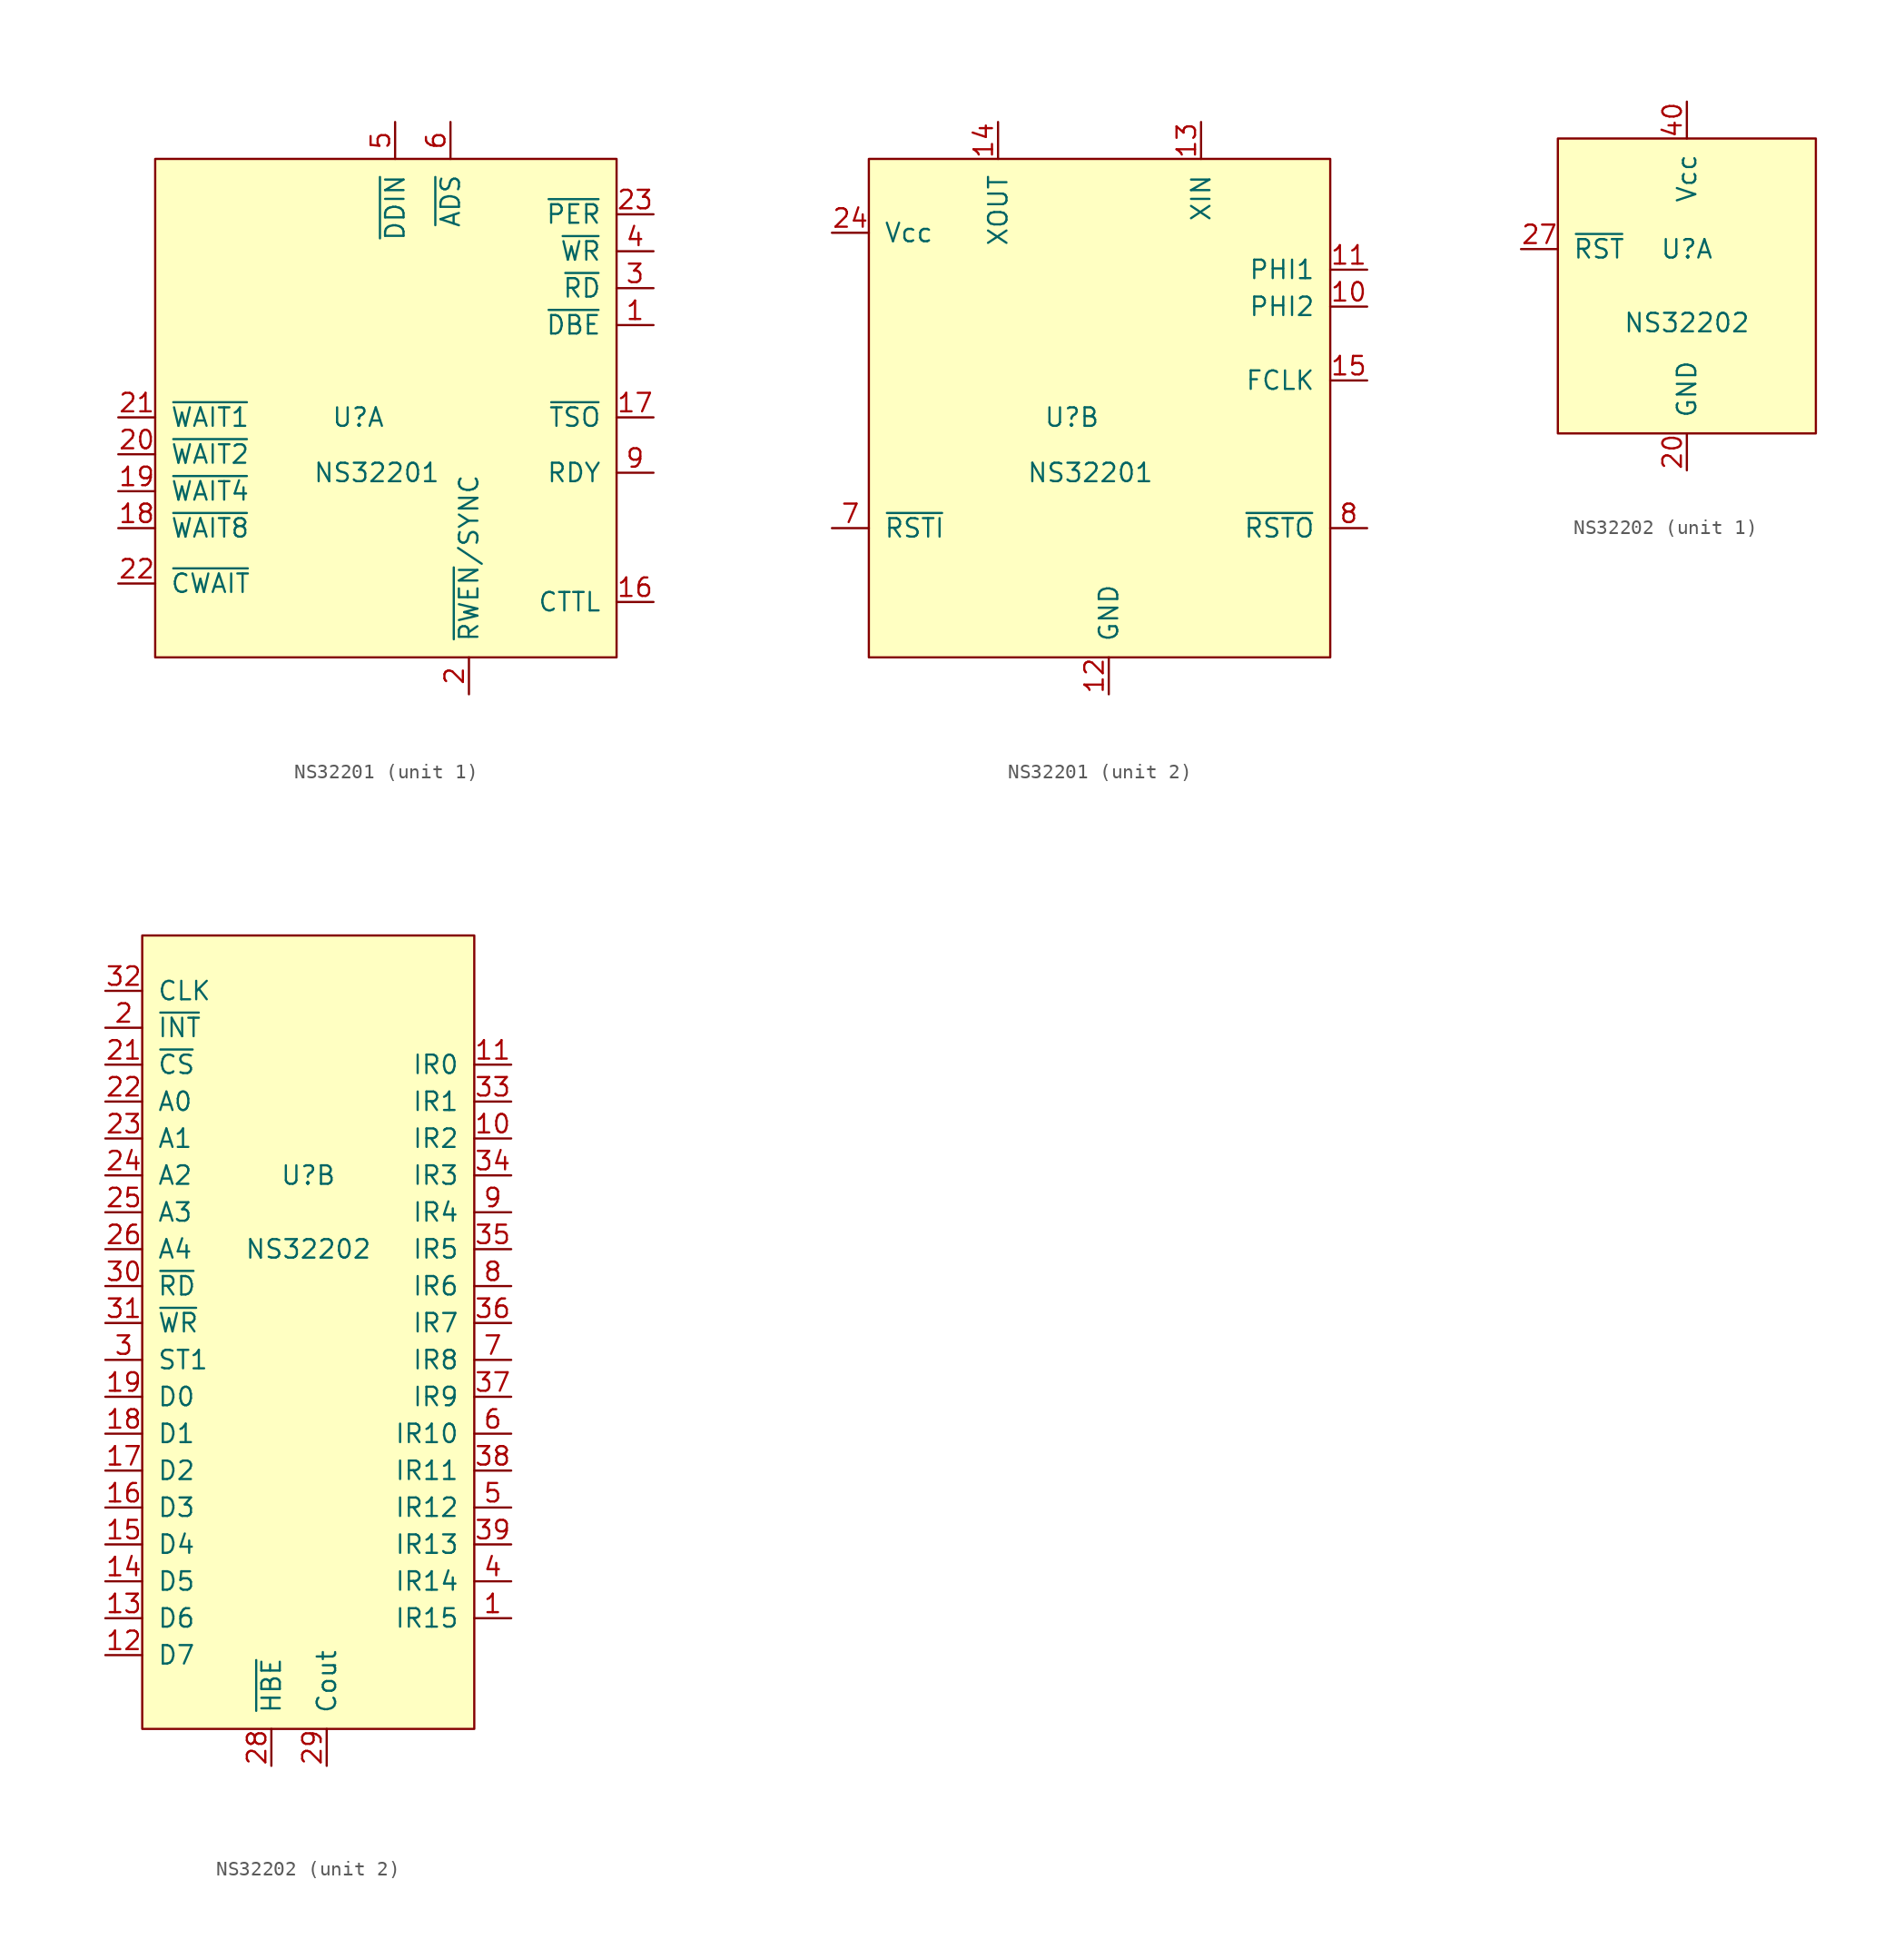
<source format=kicad_sym>
(kicad_symbol_lib
  (version 20231120)
  (generator "kicad_symbol_editor")
  (generator_version "8.0")
  (symbol "NS32201"
    (pin_names
      (offset 1.016))
    (property "Reference" "U"
      (at 0 1.27 0)
      (effects (font (size 1.27 1.27))))
    (property "Value" "NS32201"
      (at 1.27 -2.54 0)
      (effects (font (size 1.27 1.27))))
    (symbol "NS32201_1_1"
      (rectangle (start -13.97 19.05) (end 17.78 -15.24) (stroke (width 0) (type solid)) (fill (type background)))
      (pin output line (at 20.32 7.62 180) (length 2.54) (name "~{DBE}" (effects (font (size 1.27 1.27)))) (number "1" (effects (font (size 1.27 1.27)))))
      (pin output line (at 20.32 -11.43 180) (length 2.54) (name "CTTL" (effects (font (size 1.27 1.27)))) (number "16" (effects (font (size 1.27 1.27)))))
      (pin output line (at 20.32 1.27 180) (length 2.54) (name "~{TSO}" (effects (font (size 1.27 1.27)))) (number "17" (effects (font (size 1.27 1.27)))))
      (pin input line (at -16.51 -6.35 0) (length 2.54) (name "~{WAIT8}" (effects (font (size 1.27 1.27)))) (number "18" (effects (font (size 1.27 1.27)))))
      (pin input line (at -16.51 -3.81 0) (length 2.54) (name "~{WAIT4}" (effects (font (size 1.27 1.27)))) (number "19" (effects (font (size 1.27 1.27)))))
      (pin input line (at 7.62 -17.78 90) (length 2.54) (name "~{RWEN}/SYNC" (effects (font (size 1.27 1.27)))) (number "2" (effects (font (size 1.27 1.27)))))
      (pin input line (at -16.51 -1.27 0) (length 2.54) (name "~{WAIT2}" (effects (font (size 1.27 1.27)))) (number "20" (effects (font (size 1.27 1.27)))))
      (pin input line (at -16.51 1.27 0) (length 2.54) (name "~{WAIT1}" (effects (font (size 1.27 1.27)))) (number "21" (effects (font (size 1.27 1.27)))))
      (pin input line (at -16.51 -10.16 0) (length 2.54) (name "~{CWAIT}" (effects (font (size 1.27 1.27)))) (number "22" (effects (font (size 1.27 1.27)))))
      (pin input line (at 20.32 15.24 180) (length 2.54) (name "~{PER}" (effects (font (size 1.27 1.27)))) (number "23" (effects (font (size 1.27 1.27)))))
      (pin output line (at 20.32 10.16 180) (length 2.54) (name "~{RD}" (effects (font (size 1.27 1.27)))) (number "3" (effects (font (size 1.27 1.27)))))
      (pin output line (at 20.32 12.7 180) (length 2.54) (name "~{WR}" (effects (font (size 1.27 1.27)))) (number "4" (effects (font (size 1.27 1.27)))))
      (pin input line (at 2.54 21.59 270) (length 2.54) (name "~{DDIN}" (effects (font (size 1.27 1.27)))) (number "5" (effects (font (size 1.27 1.27)))))
      (pin input line (at 6.35 21.59 270) (length 2.54) (name "~{ADS}" (effects (font (size 1.27 1.27)))) (number "6" (effects (font (size 1.27 1.27)))))
      (pin output line (at 20.32 -2.54 180) (length 2.54) (name "RDY" (effects (font (size 1.27 1.27)))) (number "9" (effects (font (size 1.27 1.27))))))
    (symbol "NS32201_2_1"
      (rectangle (start -13.97 19.05) (end 17.78 -15.24) (stroke (width 0) (type solid)) (fill (type background)))
      (pin output line (at 20.32 8.89 180) (length 2.54) (name "PHI2" (effects (font (size 1.27 1.27)))) (number "10" (effects (font (size 1.27 1.27)))))
      (pin output line (at 20.32 11.43 180) (length 2.54) (name "PHI1" (effects (font (size 1.27 1.27)))) (number "11" (effects (font (size 1.27 1.27)))))
      (pin power_in line (at 2.54 -17.78 90) (length 2.54) (name "GND" (effects (font (size 1.27 1.27)))) (number "12" (effects (font (size 1.27 1.27)))))
      (pin input line (at 8.89 21.59 270) (length 2.54) (name "XIN" (effects (font (size 1.27 1.27)))) (number "13" (effects (font (size 1.27 1.27)))))
      (pin output line (at -5.08 21.59 270) (length 2.54) (name "XOUT" (effects (font (size 1.27 1.27)))) (number "14" (effects (font (size 1.27 1.27)))))
      (pin output line (at 20.32 3.81 180) (length 2.54) (name "FCLK" (effects (font (size 1.27 1.27)))) (number "15" (effects (font (size 1.27 1.27)))))
      (pin power_in line (at -16.51 13.97 0) (length 2.54) (name "Vcc" (effects (font (size 1.27 1.27)))) (number "24" (effects (font (size 1.27 1.27)))))
      (pin input line (at -16.51 -6.35 0) (length 2.54) (name "~{RSTI}" (effects (font (size 1.27 1.27)))) (number "7" (effects (font (size 1.27 1.27)))))
      (pin output line (at 20.32 -6.35 180) (length 2.54) (name "~{RSTO}" (effects (font (size 1.27 1.27)))) (number "8" (effects (font (size 1.27 1.27)))))))
  (symbol "NS32202"
    (pin_names
      (offset 1.016))
    (property "Reference" "U"
      (at 0 2.54 0)
      (effects (font (size 1.27 1.27))))
    (property "Value" "NS32202"
      (at 0 -2.54 0)
      (effects (font (size 1.27 1.27))))
    (property "ki_locked" ""
      (at 0 0 0)
      (effects (font (size 1.27 1.27))))
    (symbol "NS32202_1_1"
      (rectangle (start -8.89 10.16) (end 8.89 -10.16) (stroke (width 0) (type solid)) (fill (type background)))
      (pin power_in line (at 0 -12.7 90) (length 2.54) (name "GND" (effects (font (size 1.27 1.27)))) (number "20" (effects (font (size 1.27 1.27)))))
      (pin input line (at -11.43 2.54 0) (length 2.54) (name "~{RST}" (effects (font (size 1.27 1.27)))) (number "27" (effects (font (size 1.27 1.27)))))
      (pin power_in line (at 0 12.7 270) (length 2.54) (name "Vcc" (effects (font (size 1.27 1.27)))) (number "40" (effects (font (size 1.27 1.27))))))
    (symbol "NS32202_2_1"
      (rectangle (start -11.43 19.05) (end 11.43 -35.56) (stroke (width 0) (type solid)) (fill (type background)))
      (pin input line (at 13.97 -27.94 180) (length 2.54) (name "IR15" (effects (font (size 1.27 1.27)))) (number "1" (effects (font (size 1.27 1.27)))))
      (pin input line (at 13.97 5.08 180) (length 2.54) (name "IR2" (effects (font (size 1.27 1.27)))) (number "10" (effects (font (size 1.27 1.27)))))
      (pin input line (at 13.97 10.16 180) (length 2.54) (name "IR0" (effects (font (size 1.27 1.27)))) (number "11" (effects (font (size 1.27 1.27)))))
      (pin bidirectional line (at -13.97 -30.48 0) (length 2.54) (name "D7" (effects (font (size 1.27 1.27)))) (number "12" (effects (font (size 1.27 1.27)))))
      (pin bidirectional line (at -13.97 -27.94 0) (length 2.54) (name "D6" (effects (font (size 1.27 1.27)))) (number "13" (effects (font (size 1.27 1.27)))))
      (pin bidirectional line (at -13.97 -25.4 0) (length 2.54) (name "D5" (effects (font (size 1.27 1.27)))) (number "14" (effects (font (size 1.27 1.27)))))
      (pin bidirectional line (at -13.97 -22.86 0) (length 2.54) (name "D4" (effects (font (size 1.27 1.27)))) (number "15" (effects (font (size 1.27 1.27)))))
      (pin bidirectional line (at -13.97 -20.32 0) (length 2.54) (name "D3" (effects (font (size 1.27 1.27)))) (number "16" (effects (font (size 1.27 1.27)))))
      (pin bidirectional line (at -13.97 -17.78 0) (length 2.54) (name "D2" (effects (font (size 1.27 1.27)))) (number "17" (effects (font (size 1.27 1.27)))))
      (pin bidirectional line (at -13.97 -15.24 0) (length 2.54) (name "D1" (effects (font (size 1.27 1.27)))) (number "18" (effects (font (size 1.27 1.27)))))
      (pin bidirectional line (at -13.97 -12.7 0) (length 2.54) (name "D0" (effects (font (size 1.27 1.27)))) (number "19" (effects (font (size 1.27 1.27)))))
      (pin output line (at -13.97 12.7 0) (length 2.54) (name "~{INT}" (effects (font (size 1.27 1.27)))) (number "2" (effects (font (size 1.27 1.27)))))
      (pin input line (at -13.97 10.16 0) (length 2.54) (name "~{CS}" (effects (font (size 1.27 1.27)))) (number "21" (effects (font (size 1.27 1.27)))))
      (pin input line (at -13.97 7.62 0) (length 2.54) (name "A0" (effects (font (size 1.27 1.27)))) (number "22" (effects (font (size 1.27 1.27)))))
      (pin input line (at -13.97 5.08 0) (length 2.54) (name "A1" (effects (font (size 1.27 1.27)))) (number "23" (effects (font (size 1.27 1.27)))))
      (pin input line (at -13.97 2.54 0) (length 2.54) (name "A2" (effects (font (size 1.27 1.27)))) (number "24" (effects (font (size 1.27 1.27)))))
      (pin input line (at -13.97 0 0) (length 2.54) (name "A3" (effects (font (size 1.27 1.27)))) (number "25" (effects (font (size 1.27 1.27)))))
      (pin input line (at -13.97 -2.54 0) (length 2.54) (name "A4" (effects (font (size 1.27 1.27)))) (number "26" (effects (font (size 1.27 1.27)))))
      (pin input line (at -2.54 -38.1 90) (length 2.54) (name "~{HBE}" (effects (font (size 1.27 1.27)))) (number "28" (effects (font (size 1.27 1.27)))))
      (pin output line (at 1.27 -38.1 90) (length 2.54) (name "Cout" (effects (font (size 1.27 1.27)))) (number "29" (effects (font (size 1.27 1.27)))))
      (pin input line (at -13.97 -10.16 0) (length 2.54) (name "ST1" (effects (font (size 1.27 1.27)))) (number "3" (effects (font (size 1.27 1.27)))))
      (pin input line (at -13.97 -5.08 0) (length 2.54) (name "~{RD}" (effects (font (size 1.27 1.27)))) (number "30" (effects (font (size 1.27 1.27)))))
      (pin input line (at -13.97 -7.62 0) (length 2.54) (name "~{WR}" (effects (font (size 1.27 1.27)))) (number "31" (effects (font (size 1.27 1.27)))))
      (pin input line (at -13.97 15.24 0) (length 2.54) (name "CLK" (effects (font (size 1.27 1.27)))) (number "32" (effects (font (size 1.27 1.27)))))
      (pin input line (at 13.97 7.62 180) (length 2.54) (name "IR1" (effects (font (size 1.27 1.27)))) (number "33" (effects (font (size 1.27 1.27)))))
      (pin input line (at 13.97 2.54 180) (length 2.54) (name "IR3" (effects (font (size 1.27 1.27)))) (number "34" (effects (font (size 1.27 1.27)))))
      (pin input line (at 13.97 -2.54 180) (length 2.54) (name "IR5" (effects (font (size 1.27 1.27)))) (number "35" (effects (font (size 1.27 1.27)))))
      (pin input line (at 13.97 -7.62 180) (length 2.54) (name "IR7" (effects (font (size 1.27 1.27)))) (number "36" (effects (font (size 1.27 1.27)))))
      (pin input line (at 13.97 -12.7 180) (length 2.54) (name "IR9" (effects (font (size 1.27 1.27)))) (number "37" (effects (font (size 1.27 1.27)))))
      (pin input line (at 13.97 -17.78 180) (length 2.54) (name "IR11" (effects (font (size 1.27 1.27)))) (number "38" (effects (font (size 1.27 1.27)))))
      (pin input line (at 13.97 -22.86 180) (length 2.54) (name "IR13" (effects (font (size 1.27 1.27)))) (number "39" (effects (font (size 1.27 1.27)))))
      (pin input line (at 13.97 -25.4 180) (length 2.54) (name "IR14" (effects (font (size 1.27 1.27)))) (number "4" (effects (font (size 1.27 1.27)))))
      (pin input line (at 13.97 -20.32 180) (length 2.54) (name "IR12" (effects (font (size 1.27 1.27)))) (number "5" (effects (font (size 1.27 1.27)))))
      (pin input line (at 13.97 -15.24 180) (length 2.54) (name "IR10" (effects (font (size 1.27 1.27)))) (number "6" (effects (font (size 1.27 1.27)))))
      (pin input line (at 13.97 -10.16 180) (length 2.54) (name "IR8" (effects (font (size 1.27 1.27)))) (number "7" (effects (font (size 1.27 1.27)))))
      (pin input line (at 13.97 -5.08 180) (length 2.54) (name "IR6" (effects (font (size 1.27 1.27)))) (number "8" (effects (font (size 1.27 1.27)))))
      (pin input line (at 13.97 0 180) (length 2.54) (name "IR4" (effects (font (size 1.27 1.27)))) (number "9" (effects (font (size 1.27 1.27))))))))
</source>
